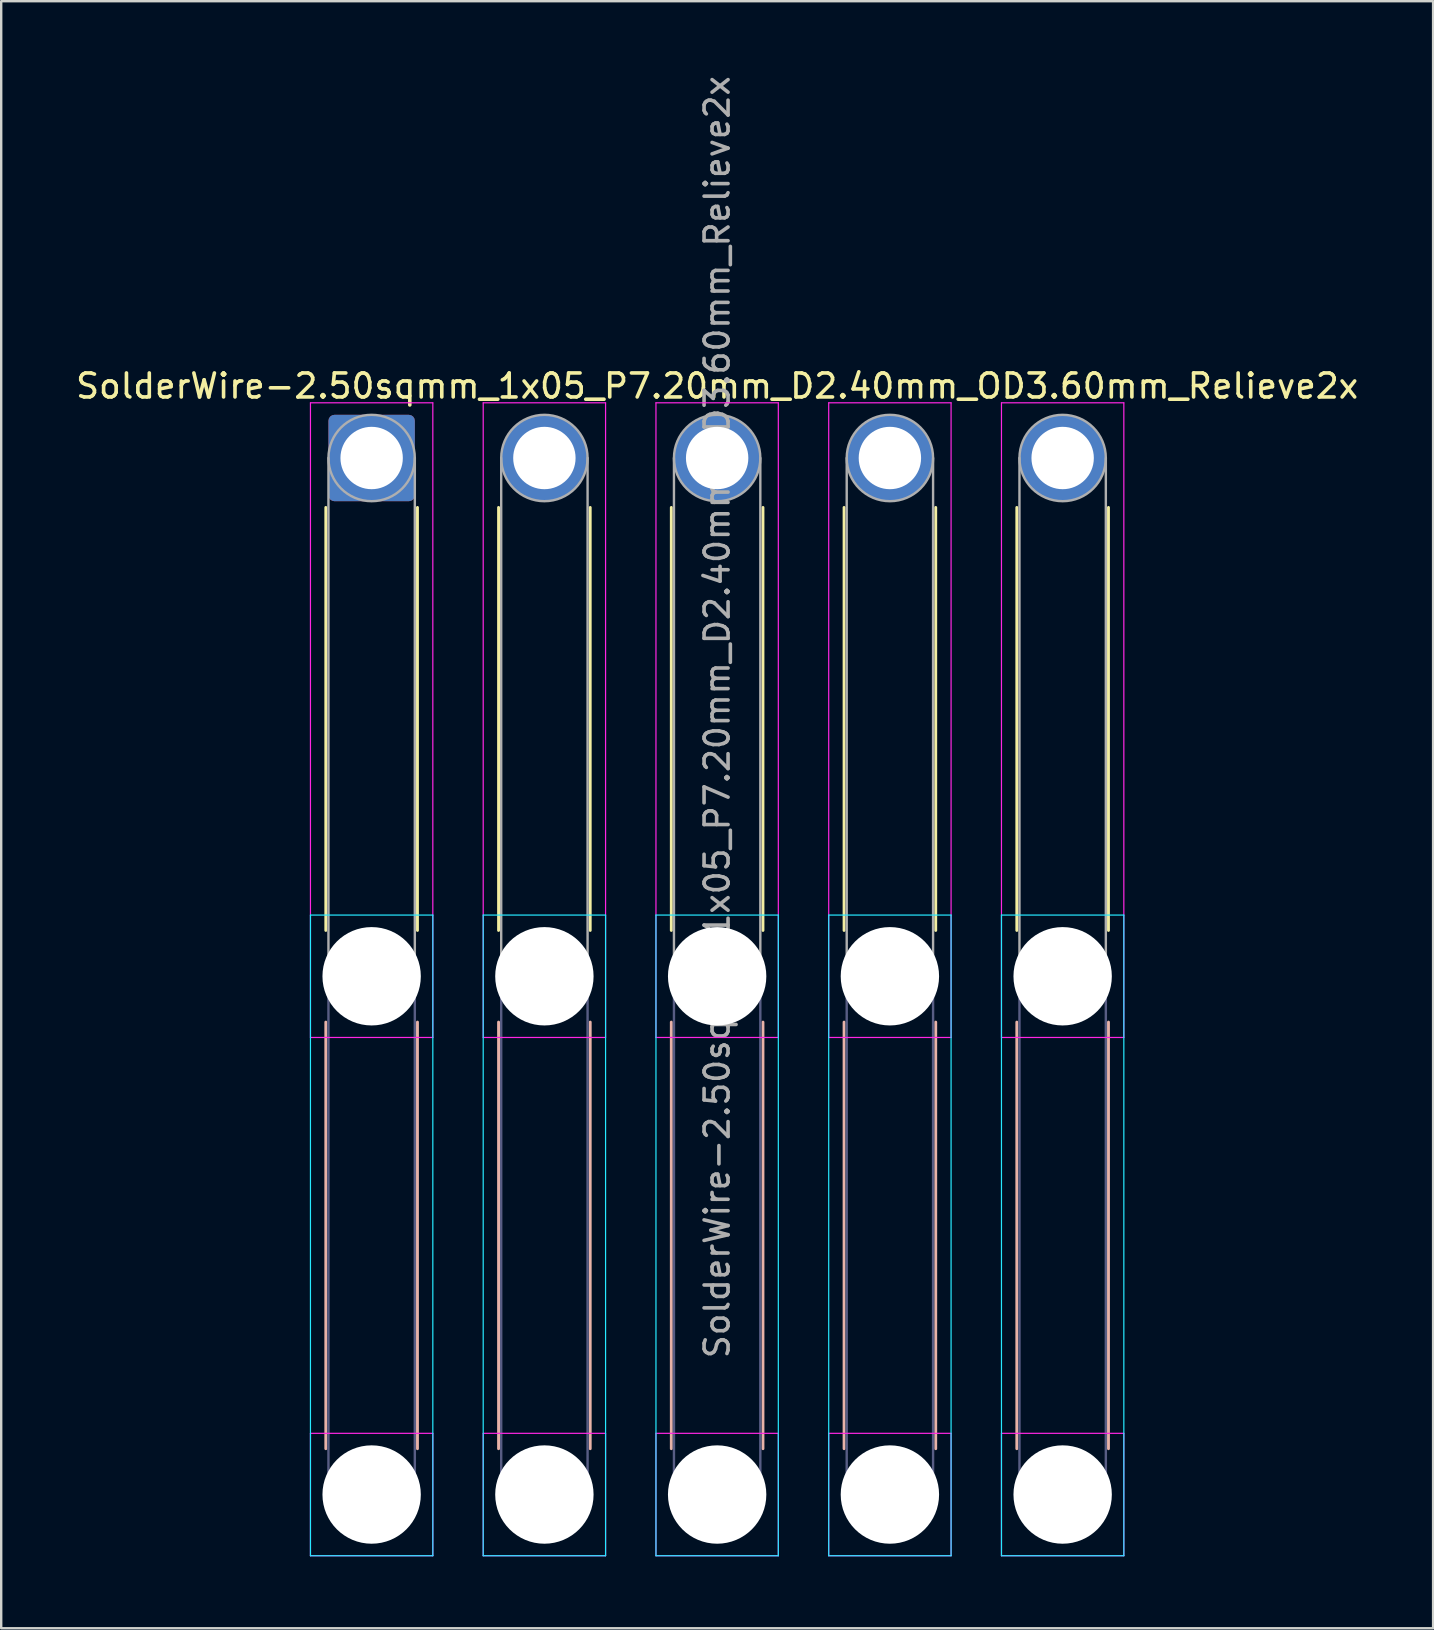
<source format=kicad_pcb>
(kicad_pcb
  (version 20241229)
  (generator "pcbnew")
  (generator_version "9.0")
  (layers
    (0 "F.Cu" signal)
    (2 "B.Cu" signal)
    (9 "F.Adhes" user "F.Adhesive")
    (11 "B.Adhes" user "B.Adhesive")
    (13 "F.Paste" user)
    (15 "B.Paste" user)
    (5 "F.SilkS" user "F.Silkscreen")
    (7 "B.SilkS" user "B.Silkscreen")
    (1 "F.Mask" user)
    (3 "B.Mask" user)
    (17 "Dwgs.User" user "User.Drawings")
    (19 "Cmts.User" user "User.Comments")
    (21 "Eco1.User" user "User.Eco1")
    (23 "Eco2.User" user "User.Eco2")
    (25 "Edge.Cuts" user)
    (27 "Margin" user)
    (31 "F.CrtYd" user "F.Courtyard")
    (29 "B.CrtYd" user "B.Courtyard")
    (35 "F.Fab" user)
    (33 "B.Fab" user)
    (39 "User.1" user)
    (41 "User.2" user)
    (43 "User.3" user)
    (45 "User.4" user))
  (footprint "SolderWire-2.50sqmm_1x05_P7.20mm_D2.40mm_OD3.60mm_Relieve2x"
    (layer "F.Cu")
    (at 12.439 16.039)
    (property "Reference" "SolderWire-2.50sqmm_1x05_P7.20mm_D2.40mm_OD3.60mm_Relieve2x" (at 14.4 -3 0) (layer "F.SilkS") (effects (font (size 1 1) (thickness 0.15))))
    (attr exclude_from_pos_files exclude_from_bom)
    (fp_line (start -1.91 2.06) (end -1.91 19.69) (stroke (width 0.12) (type solid)) (layer "F.SilkS"))
    (fp_line (start 1.91 2.06) (end 1.91 19.69) (stroke (width 0.12) (type solid)) (layer "F.SilkS"))
    (fp_line (start 5.29 2.06) (end 5.29 19.69) (stroke (width 0.12) (type solid)) (layer "F.SilkS"))
    (fp_line (start 9.11 2.06) (end 9.11 19.69) (stroke (width 0.12) (type solid)) (layer "F.SilkS"))
    (fp_line (start 12.49 2.06) (end 12.49 19.69) (stroke (width 0.12) (type solid)) (layer "F.SilkS"))
    (fp_line (start 16.31 2.06) (end 16.31 19.69) (stroke (width 0.12) (type solid)) (layer "F.SilkS"))
    (fp_line (start 19.69 2.06) (end 19.69 19.69) (stroke (width 0.12) (type solid)) (layer "F.SilkS"))
    (fp_line (start 23.51 2.06) (end 23.51 19.69) (stroke (width 0.12) (type solid)) (layer "F.SilkS"))
    (fp_line (start 26.89 2.06) (end 26.89 19.69) (stroke (width 0.12) (type solid)) (layer "F.SilkS"))
    (fp_line (start 30.71 2.06) (end 30.71 19.69) (stroke (width 0.12) (type solid)) (layer "F.SilkS"))
    (fp_line (start -1.91 23.51) (end -1.91 41.29) (stroke (width 0.12) (type solid)) (layer "B.SilkS"))
    (fp_line (start 1.91 23.51) (end 1.91 41.29) (stroke (width 0.12) (type solid)) (layer "B.SilkS"))
    (fp_line (start 5.29 23.51) (end 5.29 41.29) (stroke (width 0.12) (type solid)) (layer "B.SilkS"))
    (fp_line (start 9.11 23.51) (end 9.11 41.29) (stroke (width 0.12) (type solid)) (layer "B.SilkS"))
    (fp_line (start 12.49 23.51) (end 12.49 41.29) (stroke (width 0.12) (type solid)) (layer "B.SilkS"))
    (fp_line (start 16.31 23.51) (end 16.31 41.29) (stroke (width 0.12) (type solid)) (layer "B.SilkS"))
    (fp_line (start 19.69 23.51) (end 19.69 41.29) (stroke (width 0.12) (type solid)) (layer "B.SilkS"))
    (fp_line (start 23.51 23.51) (end 23.51 41.29) (stroke (width 0.12) (type solid)) (layer "B.SilkS"))
    (fp_line (start 26.89 23.51) (end 26.89 41.29) (stroke (width 0.12) (type solid)) (layer "B.SilkS"))
    (fp_line (start 30.71 23.51) (end 30.71 41.29) (stroke (width 0.12) (type solid)) (layer "B.SilkS"))
    (fp_line (start -2.55 19.05) (end -2.55 45.75) (stroke (width 0.05) (type solid)) (layer "B.CrtYd"))
    (fp_line (start -2.55 45.75) (end 2.55 45.75) (stroke (width 0.05) (type solid)) (layer "B.CrtYd"))
    (fp_line (start 2.55 19.05) (end -2.55 19.05) (stroke (width 0.05) (type solid)) (layer "B.CrtYd"))
    (fp_line (start 2.55 45.75) (end 2.55 19.05) (stroke (width 0.05) (type solid)) (layer "B.CrtYd"))
    (fp_line (start 4.65 19.05) (end 4.65 45.75) (stroke (width 0.05) (type solid)) (layer "B.CrtYd"))
    (fp_line (start 4.65 45.75) (end 9.75 45.75) (stroke (width 0.05) (type solid)) (layer "B.CrtYd"))
    (fp_line (start 9.75 19.05) (end 4.65 19.05) (stroke (width 0.05) (type solid)) (layer "B.CrtYd"))
    (fp_line (start 9.75 45.75) (end 9.75 19.05) (stroke (width 0.05) (type solid)) (layer "B.CrtYd"))
    (fp_line (start 11.85 19.05) (end 11.85 45.75) (stroke (width 0.05) (type solid)) (layer "B.CrtYd"))
    (fp_line (start 11.85 45.75) (end 16.95 45.75) (stroke (width 0.05) (type solid)) (layer "B.CrtYd"))
    (fp_line (start 16.95 19.05) (end 11.85 19.05) (stroke (width 0.05) (type solid)) (layer "B.CrtYd"))
    (fp_line (start 16.95 45.75) (end 16.95 19.05) (stroke (width 0.05) (type solid)) (layer "B.CrtYd"))
    (fp_line (start 19.05 19.05) (end 19.05 45.75) (stroke (width 0.05) (type solid)) (layer "B.CrtYd"))
    (fp_line (start 19.05 45.75) (end 24.15 45.75) (stroke (width 0.05) (type solid)) (layer "B.CrtYd"))
    (fp_line (start 24.15 19.05) (end 19.05 19.05) (stroke (width 0.05) (type solid)) (layer "B.CrtYd"))
    (fp_line (start 24.15 45.75) (end 24.15 19.05) (stroke (width 0.05) (type solid)) (layer "B.CrtYd"))
    (fp_line (start 26.25 19.05) (end 26.25 45.75) (stroke (width 0.05) (type solid)) (layer "B.CrtYd"))
    (fp_line (start 26.25 45.75) (end 31.35 45.75) (stroke (width 0.05) (type solid)) (layer "B.CrtYd"))
    (fp_line (start 31.35 19.05) (end 26.25 19.05) (stroke (width 0.05) (type solid)) (layer "B.CrtYd"))
    (fp_line (start 31.35 45.75) (end 31.35 19.05) (stroke (width 0.05) (type solid)) (layer "B.CrtYd"))
    (fp_line (start -2.55 -2.3) (end -2.55 24.15) (stroke (width 0.05) (type solid)) (layer "F.CrtYd"))
    (fp_line (start -2.55 24.15) (end 2.55 24.15) (stroke (width 0.05) (type solid)) (layer "F.CrtYd"))
    (fp_line (start -2.55 40.65) (end -2.55 45.75) (stroke (width 0.05) (type solid)) (layer "F.CrtYd"))
    (fp_line (start -2.55 45.75) (end 2.55 45.75) (stroke (width 0.05) (type solid)) (layer "F.CrtYd"))
    (fp_line (start 2.55 -2.3) (end -2.55 -2.3) (stroke (width 0.05) (type solid)) (layer "F.CrtYd"))
    (fp_line (start 2.55 24.15) (end 2.55 -2.3) (stroke (width 0.05) (type solid)) (layer "F.CrtYd"))
    (fp_line (start 2.55 40.65) (end -2.55 40.65) (stroke (width 0.05) (type solid)) (layer "F.CrtYd"))
    (fp_line (start 2.55 45.75) (end 2.55 40.65) (stroke (width 0.05) (type solid)) (layer "F.CrtYd"))
    (fp_line (start 4.65 -2.3) (end 4.65 24.15) (stroke (width 0.05) (type solid)) (layer "F.CrtYd"))
    (fp_line (start 4.65 24.15) (end 9.75 24.15) (stroke (width 0.05) (type solid)) (layer "F.CrtYd"))
    (fp_line (start 4.65 40.65) (end 4.65 45.75) (stroke (width 0.05) (type solid)) (layer "F.CrtYd"))
    (fp_line (start 4.65 45.75) (end 9.75 45.75) (stroke (width 0.05) (type solid)) (layer "F.CrtYd"))
    (fp_line (start 9.75 -2.3) (end 4.65 -2.3) (stroke (width 0.05) (type solid)) (layer "F.CrtYd"))
    (fp_line (start 9.75 24.15) (end 9.75 -2.3) (stroke (width 0.05) (type solid)) (layer "F.CrtYd"))
    (fp_line (start 9.75 40.65) (end 4.65 40.65) (stroke (width 0.05) (type solid)) (layer "F.CrtYd"))
    (fp_line (start 9.75 45.75) (end 9.75 40.65) (stroke (width 0.05) (type solid)) (layer "F.CrtYd"))
    (fp_line (start 11.85 -2.3) (end 11.85 24.15) (stroke (width 0.05) (type solid)) (layer "F.CrtYd"))
    (fp_line (start 11.85 24.15) (end 16.95 24.15) (stroke (width 0.05) (type solid)) (layer "F.CrtYd"))
    (fp_line (start 11.85 40.65) (end 11.85 45.75) (stroke (width 0.05) (type solid)) (layer "F.CrtYd"))
    (fp_line (start 11.85 45.75) (end 16.95 45.75) (stroke (width 0.05) (type solid)) (layer "F.CrtYd"))
    (fp_line (start 16.95 -2.3) (end 11.85 -2.3) (stroke (width 0.05) (type solid)) (layer "F.CrtYd"))
    (fp_line (start 16.95 24.15) (end 16.95 -2.3) (stroke (width 0.05) (type solid)) (layer "F.CrtYd"))
    (fp_line (start 16.95 40.65) (end 11.85 40.65) (stroke (width 0.05) (type solid)) (layer "F.CrtYd"))
    (fp_line (start 16.95 45.75) (end 16.95 40.65) (stroke (width 0.05) (type solid)) (layer "F.CrtYd"))
    (fp_line (start 19.05 -2.3) (end 19.05 24.15) (stroke (width 0.05) (type solid)) (layer "F.CrtYd"))
    (fp_line (start 19.05 24.15) (end 24.15 24.15) (stroke (width 0.05) (type solid)) (layer "F.CrtYd"))
    (fp_line (start 19.05 40.65) (end 19.05 45.75) (stroke (width 0.05) (type solid)) (layer "F.CrtYd"))
    (fp_line (start 19.05 45.75) (end 24.15 45.75) (stroke (width 0.05) (type solid)) (layer "F.CrtYd"))
    (fp_line (start 24.15 -2.3) (end 19.05 -2.3) (stroke (width 0.05) (type solid)) (layer "F.CrtYd"))
    (fp_line (start 24.15 24.15) (end 24.15 -2.3) (stroke (width 0.05) (type solid)) (layer "F.CrtYd"))
    (fp_line (start 24.15 40.65) (end 19.05 40.65) (stroke (width 0.05) (type solid)) (layer "F.CrtYd"))
    (fp_line (start 24.15 45.75) (end 24.15 40.65) (stroke (width 0.05) (type solid)) (layer "F.CrtYd"))
    (fp_line (start 26.25 -2.3) (end 26.25 24.15) (stroke (width 0.05) (type solid)) (layer "F.CrtYd"))
    (fp_line (start 26.25 24.15) (end 31.35 24.15) (stroke (width 0.05) (type solid)) (layer "F.CrtYd"))
    (fp_line (start 26.25 40.65) (end 26.25 45.75) (stroke (width 0.05) (type solid)) (layer "F.CrtYd"))
    (fp_line (start 26.25 45.75) (end 31.35 45.75) (stroke (width 0.05) (type solid)) (layer "F.CrtYd"))
    (fp_line (start 31.35 -2.3) (end 26.25 -2.3) (stroke (width 0.05) (type solid)) (layer "F.CrtYd"))
    (fp_line (start 31.35 24.15) (end 31.35 -2.3) (stroke (width 0.05) (type solid)) (layer "F.CrtYd"))
    (fp_line (start 31.35 40.65) (end 26.25 40.65) (stroke (width 0.05) (type solid)) (layer "F.CrtYd"))
    (fp_line (start 31.35 45.75) (end 31.35 40.65) (stroke (width 0.05) (type solid)) (layer "F.CrtYd"))
    (fp_line (start -1.8 21.6) (end -1.8 43.2) (stroke (width 0.1) (type solid)) (layer "B.Fab"))
    (fp_line (start 1.8 21.6) (end 1.8 43.2) (stroke (width 0.1) (type solid)) (layer "B.Fab"))
    (fp_line (start 5.4 21.6) (end 5.4 43.2) (stroke (width 0.1) (type solid)) (layer "B.Fab"))
    (fp_line (start 9 21.6) (end 9 43.2) (stroke (width 0.1) (type solid)) (layer "B.Fab"))
    (fp_line (start 12.6 21.6) (end 12.6 43.2) (stroke (width 0.1) (type solid)) (layer "B.Fab"))
    (fp_line (start 16.2 21.6) (end 16.2 43.2) (stroke (width 0.1) (type solid)) (layer "B.Fab"))
    (fp_line (start 19.8 21.6) (end 19.8 43.2) (stroke (width 0.1) (type solid)) (layer "B.Fab"))
    (fp_line (start 23.4 21.6) (end 23.4 43.2) (stroke (width 0.1) (type solid)) (layer "B.Fab"))
    (fp_line (start 27 21.6) (end 27 43.2) (stroke (width 0.1) (type solid)) (layer "B.Fab"))
    (fp_line (start 30.6 21.6) (end 30.6 43.2) (stroke (width 0.1) (type solid)) (layer "B.Fab"))
    (fp_circle (center 0 21.6) (end 1.8 21.6) (stroke (width 0.1) (type solid)) (fill no) (layer "B.Fab"))
    (fp_circle (center 0 43.2) (end 1.8 43.2) (stroke (width 0.1) (type solid)) (fill no) (layer "B.Fab"))
    (fp_circle (center 7.2 21.6) (end 9 21.6) (stroke (width 0.1) (type solid)) (fill no) (layer "B.Fab"))
    (fp_circle (center 7.2 43.2) (end 9 43.2) (stroke (width 0.1) (type solid)) (fill no) (layer "B.Fab"))
    (fp_circle (center 14.4 21.6) (end 16.2 21.6) (stroke (width 0.1) (type solid)) (fill no) (layer "B.Fab"))
    (fp_circle (center 14.4 43.2) (end 16.2 43.2) (stroke (width 0.1) (type solid)) (fill no) (layer "B.Fab"))
    (fp_circle (center 21.6 21.6) (end 23.4 21.6) (stroke (width 0.1) (type solid)) (fill no) (layer "B.Fab"))
    (fp_circle (center 21.6 43.2) (end 23.4 43.2) (stroke (width 0.1) (type solid)) (fill no) (layer "B.Fab"))
    (fp_circle (center 28.8 21.6) (end 30.6 21.6) (stroke (width 0.1) (type solid)) (fill no) (layer "B.Fab"))
    (fp_circle (center 28.8 43.2) (end 30.6 43.2) (stroke (width 0.1) (type solid)) (fill no) (layer "B.Fab"))
    (fp_line (start -1.8 0) (end -1.8 21.6) (stroke (width 0.1) (type solid)) (layer "F.Fab"))
    (fp_line (start 1.8 0) (end 1.8 21.6) (stroke (width 0.1) (type solid)) (layer "F.Fab"))
    (fp_line (start 5.4 0) (end 5.4 21.6) (stroke (width 0.1) (type solid)) (layer "F.Fab"))
    (fp_line (start 9 0) (end 9 21.6) (stroke (width 0.1) (type solid)) (layer "F.Fab"))
    (fp_line (start 12.6 0) (end 12.6 21.6) (stroke (width 0.1) (type solid)) (layer "F.Fab"))
    (fp_line (start 16.2 0) (end 16.2 21.6) (stroke (width 0.1) (type solid)) (layer "F.Fab"))
    (fp_line (start 19.8 0) (end 19.8 21.6) (stroke (width 0.1) (type solid)) (layer "F.Fab"))
    (fp_line (start 23.4 0) (end 23.4 21.6) (stroke (width 0.1) (type solid)) (layer "F.Fab"))
    (fp_line (start 27 0) (end 27 21.6) (stroke (width 0.1) (type solid)) (layer "F.Fab"))
    (fp_line (start 30.6 0) (end 30.6 21.6) (stroke (width 0.1) (type solid)) (layer "F.Fab"))
    (fp_circle (center 0 0) (end 1.8 0) (stroke (width 0.1) (type solid)) (fill no) (layer "F.Fab"))
    (fp_circle (center 0 21.6) (end 1.8 21.6) (stroke (width 0.1) (type solid)) (fill no) (layer "F.Fab"))
    (fp_circle (center 0 43.2) (end 1.8 43.2) (stroke (width 0.1) (type solid)) (fill no) (layer "F.Fab"))
    (fp_circle (center 7.2 0) (end 9 0) (stroke (width 0.1) (type solid)) (fill no) (layer "F.Fab"))
    (fp_circle (center 7.2 21.6) (end 9 21.6) (stroke (width 0.1) (type solid)) (fill no) (layer "F.Fab"))
    (fp_circle (center 7.2 43.2) (end 9 43.2) (stroke (width 0.1) (type solid)) (fill no) (layer "F.Fab"))
    (fp_circle (center 14.4 0) (end 16.2 0) (stroke (width 0.1) (type solid)) (fill no) (layer "F.Fab"))
    (fp_circle (center 14.4 21.6) (end 16.2 21.6) (stroke (width 0.1) (type solid)) (fill no) (layer "F.Fab"))
    (fp_circle (center 14.4 43.2) (end 16.2 43.2) (stroke (width 0.1) (type solid)) (fill no) (layer "F.Fab"))
    (fp_circle (center 21.6 0) (end 23.4 0) (stroke (width 0.1) (type solid)) (fill no) (layer "F.Fab"))
    (fp_circle (center 21.6 21.6) (end 23.4 21.6) (stroke (width 0.1) (type solid)) (fill no) (layer "F.Fab"))
    (fp_circle (center 21.6 43.2) (end 23.4 43.2) (stroke (width 0.1) (type solid)) (fill no) (layer "F.Fab"))
    (fp_circle (center 28.8 0) (end 30.6 0) (stroke (width 0.1) (type solid)) (fill no) (layer "F.Fab"))
    (fp_circle (center 28.8 21.6) (end 30.6 21.6) (stroke (width 0.1) (type solid)) (fill no) (layer "F.Fab"))
    (fp_circle (center 28.8 43.2) (end 30.6 43.2) (stroke (width 0.1) (type solid)) (fill no) (layer "F.Fab"))
    (fp_text user "${REFERENCE}" (at 14.4 10.8 90) (layer "F.Fab") (effects (font (size 1 1) (thickness 0.15))))
    (pad "" np_thru_hole circle (at 0 21.6) (size 4.1 4.1) (drill 4.1) (layers "*.Cu" "*.Mask"))
    (pad "" np_thru_hole circle (at 0 43.2) (size 4.1 4.1) (drill 4.1) (layers "*.Cu" "*.Mask"))
    (pad "" np_thru_hole circle (at 7.2 21.6) (size 4.1 4.1) (drill 4.1) (layers "*.Cu" "*.Mask"))
    (pad "" np_thru_hole circle (at 7.2 43.2) (size 4.1 4.1) (drill 4.1) (layers "*.Cu" "*.Mask"))
    (pad "" np_thru_hole circle (at 14.4 21.6) (size 4.1 4.1) (drill 4.1) (layers "*.Cu" "*.Mask"))
    (pad "" np_thru_hole circle (at 14.4 43.2) (size 4.1 4.1) (drill 4.1) (layers "*.Cu" "*.Mask"))
    (pad "" np_thru_hole circle (at 21.6 21.6) (size 4.1 4.1) (drill 4.1) (layers "*.Cu" "*.Mask"))
    (pad "" np_thru_hole circle (at 21.6 43.2) (size 4.1 4.1) (drill 4.1) (layers "*.Cu" "*.Mask"))
    (pad "" np_thru_hole circle (at 28.8 21.6) (size 4.1 4.1) (drill 4.1) (layers "*.Cu" "*.Mask"))
    (pad "" np_thru_hole circle (at 28.8 43.2) (size 4.1 4.1) (drill 4.1) (layers "*.Cu" "*.Mask"))
    (pad "1" thru_hole roundrect (at 0 0) (size 3.6 3.6) (drill 2.6) (layers "*.Cu" "*.Mask") (roundrect_rratio 0.069))
    (pad "2" thru_hole circle (at 7.2 0) (size 3.6 3.6) (drill 2.6) (layers "*.Cu" "*.Mask"))
    (pad "3" thru_hole circle (at 14.4 0) (size 3.6 3.6) (drill 2.6) (layers "*.Cu" "*.Mask"))
    (pad "4" thru_hole circle (at 21.6 0) (size 3.6 3.6) (drill 2.6) (layers "*.Cu" "*.Mask"))
    (pad "5" thru_hole circle (at 28.8 0) (size 3.6 3.6) (drill 2.6) (layers "*.Cu" "*.Mask")))
  (gr_rect
    (start -3 -3)
    (end 56.679 64.814)
    (stroke (width 0.1) (type default))
    (fill no)
    (layer "Edge.Cuts")))
</source>
